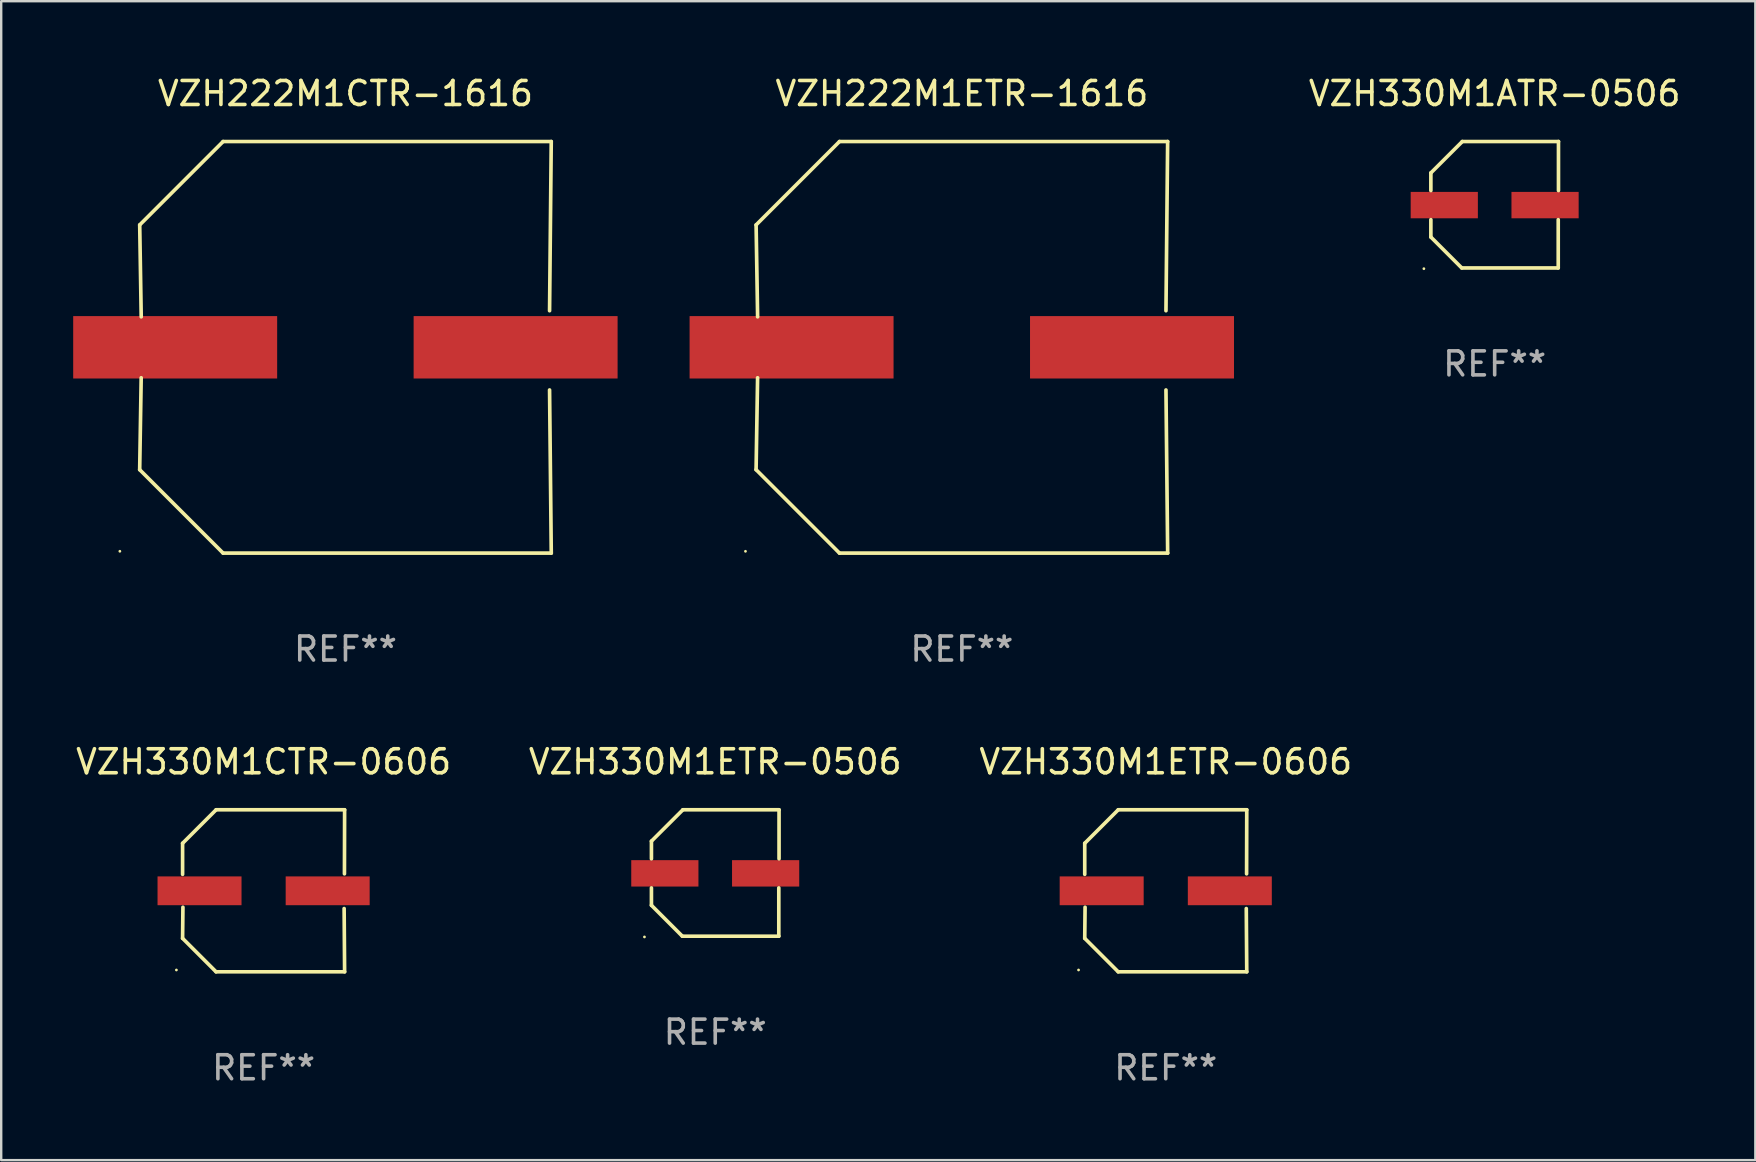
<source format=kicad_pcb>
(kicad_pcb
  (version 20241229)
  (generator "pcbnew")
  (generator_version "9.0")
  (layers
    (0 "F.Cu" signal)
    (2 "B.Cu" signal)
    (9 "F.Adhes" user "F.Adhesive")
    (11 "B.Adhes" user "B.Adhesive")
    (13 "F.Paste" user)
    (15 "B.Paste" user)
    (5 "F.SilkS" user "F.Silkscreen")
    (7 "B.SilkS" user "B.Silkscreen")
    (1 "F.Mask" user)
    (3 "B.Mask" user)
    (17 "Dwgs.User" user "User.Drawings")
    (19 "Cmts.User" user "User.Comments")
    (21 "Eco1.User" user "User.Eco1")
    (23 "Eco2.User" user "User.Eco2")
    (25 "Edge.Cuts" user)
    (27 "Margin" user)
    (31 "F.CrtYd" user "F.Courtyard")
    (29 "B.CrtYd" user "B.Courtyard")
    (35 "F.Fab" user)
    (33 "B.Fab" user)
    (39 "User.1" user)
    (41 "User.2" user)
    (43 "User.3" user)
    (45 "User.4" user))
  (footprint "VZH222M1CTR-1616"
    (layer "F.Cu")
    (at 11.347 11.424)
    (property "Reference" "VZH222M1CTR-1616" (at 0 -10.576 0) (layer "F.SilkS") (effects (font (size 1 1) (thickness 0.15))))
    (attr through_hole)
    (fp_line (start -8.576 5.099) (end -8.513 1.269) (stroke (width 0.152) (type solid)) (layer "F.SilkS"))
    (fp_line (start -8.575 -5.101) (end -8.512 -1.271) (stroke (width 0.152) (type solid)) (layer "F.SilkS"))
    (fp_line (start -5.1 -8.576) (end -8.575 -5.101) (stroke (width 0.152) (type solid)) (layer "F.SilkS"))
    (fp_line (start -5.1 8.576) (end -8.576 5.099) (stroke (width 0.152) (type solid)) (layer "F.SilkS"))
    (fp_line (start 8.505 -1.525) (end 8.575 -8.576) (stroke (width 0.152) (type solid)) (layer "F.SilkS"))
    (fp_line (start 8.505 1.777) (end 8.576 8.576) (stroke (width 0.152) (type solid)) (layer "F.SilkS"))
    (fp_line (start 8.575 -8.576) (end -5.1 -8.576) (stroke (width 0.152) (type solid)) (layer "F.SilkS"))
    (fp_line (start 8.576 8.576) (end -5.1 8.576) (stroke (width 0.152) (type solid)) (layer "F.SilkS"))
    (fp_circle (center -9.402 8.499) (end -9.372 8.499) (stroke (width 0.06) (type solid)) (fill no) (layer "F.SilkS"))
    (fp_text user "REF**" (at 0 12.576 0) (layer "F.Fab") (effects (font (size 1 1) (thickness 0.15))))
    (pad "1" smd rect (at -7.097 -0.001) (size 8.5 2.6) (layers "F.Cu" "F.Mask" "F.Paste"))
    (pad "2" smd rect (at 7.09 -0.001) (size 8.5 2.6) (layers "F.Cu" "F.Mask" "F.Paste")))
  (footprint "VZH330M1ETR-0506"
    (layer "F.Cu")
    (at 26.756 33.33)
    (property "Reference" "VZH330M1ETR-0506" (at 0 -4.634 0) (layer "F.SilkS") (effects (font (size 1 1) (thickness 0.15))))
    (attr through_hole)
    (fp_line (start -2.659 -1.326) (end -2.659 -0.592) (stroke (width 0.152) (type solid)) (layer "F.SilkS"))
    (fp_line (start -2.659 1.346) (end -2.659 0.622) (stroke (width 0.152) (type solid)) (layer "F.SilkS"))
    (fp_line (start -1.372 2.634) (end -2.659 1.346) (stroke (width 0.152) (type solid)) (layer "F.SilkS"))
    (fp_line (start -1.349 -2.634) (end -2.659 -1.326) (stroke (width 0.152) (type solid)) (layer "F.SilkS"))
    (fp_line (start 2.649 0.622) (end 2.649 2.634) (stroke (width 0.152) (type solid)) (layer "F.SilkS"))
    (fp_line (start 2.649 2.634) (end -1.372 2.634) (stroke (width 0.152) (type solid)) (layer "F.SilkS"))
    (fp_line (start 2.659 -2.634) (end -1.349 -2.634) (stroke (width 0.152) (type solid)) (layer "F.SilkS"))
    (fp_line (start 2.659 -0.592) (end 2.659 -2.634) (stroke (width 0.152) (type solid)) (layer "F.SilkS"))
    (fp_circle (center -2.95 2.665) (end -2.92 2.665) (stroke (width 0.06) (type solid)) (fill no) (layer "F.SilkS"))
    (fp_text user "REF**" (at 0 6.634 0) (layer "F.Fab") (effects (font (size 1 1) (thickness 0.15))))
    (pad "1" smd rect (at -2.1 0.015) (size 2.8 1.1) (layers "F.Cu" "F.Mask" "F.Paste"))
    (pad "2" smd rect (at 2.1 0.015) (size 2.8 1.1) (layers "F.Cu" "F.Mask" "F.Paste")))
  (footprint "VZH222M1ETR-1616"
    (layer "F.Cu")
    (at 37.034 11.424)
    (property "Reference" "VZH222M1ETR-1616" (at 0 -10.576 0) (layer "F.SilkS") (effects (font (size 1 1) (thickness 0.15))))
    (attr through_hole)
    (fp_line (start -8.576 5.099) (end -8.513 1.269) (stroke (width 0.152) (type solid)) (layer "F.SilkS"))
    (fp_line (start -8.575 -5.101) (end -8.512 -1.271) (stroke (width 0.152) (type solid)) (layer "F.SilkS"))
    (fp_line (start -5.1 -8.576) (end -8.575 -5.101) (stroke (width 0.152) (type solid)) (layer "F.SilkS"))
    (fp_line (start -5.1 8.576) (end -8.576 5.099) (stroke (width 0.152) (type solid)) (layer "F.SilkS"))
    (fp_line (start 8.505 -1.525) (end 8.575 -8.576) (stroke (width 0.152) (type solid)) (layer "F.SilkS"))
    (fp_line (start 8.505 1.777) (end 8.576 8.576) (stroke (width 0.152) (type solid)) (layer "F.SilkS"))
    (fp_line (start 8.575 -8.576) (end -5.1 -8.576) (stroke (width 0.152) (type solid)) (layer "F.SilkS"))
    (fp_line (start 8.576 8.576) (end -5.1 8.576) (stroke (width 0.152) (type solid)) (layer "F.SilkS"))
    (fp_circle (center -9.018 8.5) (end -8.988 8.5) (stroke (width 0.06) (type solid)) (fill no) (layer "F.SilkS"))
    (fp_text user "REF**" (at 0 12.576 0) (layer "F.Fab") (effects (font (size 1 1) (thickness 0.15))))
    (pad "1" smd rect (at -7.097 -0.001) (size 8.5 2.6) (layers "F.Cu" "F.Mask" "F.Paste"))
    (pad "2" smd rect (at 7.09 -0.001) (size 8.5 2.6) (layers "F.Cu" "F.Mask" "F.Paste")))
  (footprint "VZH330M1ATR-0506"
    (layer "F.Cu")
    (at 59.237 5.482)
    (property "Reference" "VZH330M1ATR-0506" (at 0 -4.634 0) (layer "F.SilkS") (effects (font (size 1 1) (thickness 0.15))))
    (attr through_hole)
    (fp_line (start -2.659 -1.326) (end -2.659 -0.592) (stroke (width 0.152) (type solid)) (layer "F.SilkS"))
    (fp_line (start -2.659 1.346) (end -2.659 0.622) (stroke (width 0.152) (type solid)) (layer "F.SilkS"))
    (fp_line (start -1.372 2.634) (end -2.659 1.346) (stroke (width 0.152) (type solid)) (layer "F.SilkS"))
    (fp_line (start -1.349 -2.634) (end -2.659 -1.326) (stroke (width 0.152) (type solid)) (layer "F.SilkS"))
    (fp_line (start 2.649 0.622) (end 2.649 2.634) (stroke (width 0.152) (type solid)) (layer "F.SilkS"))
    (fp_line (start 2.649 2.634) (end -1.372 2.634) (stroke (width 0.152) (type solid)) (layer "F.SilkS"))
    (fp_line (start 2.659 -2.634) (end -1.349 -2.634) (stroke (width 0.152) (type solid)) (layer "F.SilkS"))
    (fp_line (start 2.659 -0.592) (end 2.659 -2.634) (stroke (width 0.152) (type solid)) (layer "F.SilkS"))
    (fp_circle (center -2.95 2.665) (end -2.92 2.665) (stroke (width 0.06) (type solid)) (fill no) (layer "F.SilkS"))
    (fp_text user "REF**" (at 0 6.634 0) (layer "F.Fab") (effects (font (size 1 1) (thickness 0.15))))
    (pad "1" smd rect (at -2.1 0.015) (size 2.8 1.1) (layers "F.Cu" "F.Mask" "F.Paste"))
    (pad "2" smd rect (at 2.1 0.015) (size 2.8 1.1) (layers "F.Cu" "F.Mask" "F.Paste")))
  (footprint "VZH330M1ETR-0606"
    (layer "F.Cu")
    (at 45.53 34.072)
    (property "Reference" "VZH330M1ETR-0606" (at 0 -5.376 0) (layer "F.SilkS") (effects (font (size 1 1) (thickness 0.15))))
    (attr through_hole)
    (fp_line (start -3.376 -1.98) (end -3.376 -0.686) (stroke (width 0.152) (type solid)) (layer "F.SilkS"))
    (fp_line (start -3.376 1.981) (end -3.362 0.686) (stroke (width 0.152) (type solid)) (layer "F.SilkS"))
    (fp_line (start -1.981 3.376) (end -3.376 1.981) (stroke (width 0.152) (type solid)) (layer "F.SilkS"))
    (fp_line (start -1.98 -3.376) (end -3.376 -1.98) (stroke (width 0.152) (type solid)) (layer "F.SilkS"))
    (fp_line (start 3.356 0.74) (end 3.376 3.376) (stroke (width 0.152) (type solid)) (layer "F.SilkS"))
    (fp_line (start 3.369 -0.707) (end 3.376 -3.376) (stroke (width 0.152) (type solid)) (layer "F.SilkS"))
    (fp_line (start 3.376 3.376) (end -1.981 3.376) (stroke (width 0.152) (type solid)) (layer "F.SilkS"))
    (fp_line (start 3.376 -3.376) (end -1.98 -3.376) (stroke (width 0.152) (type solid)) (layer "F.SilkS"))
    (fp_circle (center -3.634 3.3) (end -3.604 3.3) (stroke (width 0.06) (type solid)) (fill no) (layer "F.SilkS"))
    (fp_text user "REF**" (at 0 7.376 0) (layer "F.Fab") (effects (font (size 1 1) (thickness 0.15))))
    (pad "1" smd rect (at -2.67 0.000254) (size 3.5 1.2) (layers "F.Cu" "F.Mask" "F.Paste"))
    (pad "2" smd rect (at 2.67 0.000254) (size 3.5 1.2) (layers "F.Cu" "F.Mask" "F.Paste")))
  (footprint "VZH330M1CTR-0606"
    (layer "F.Cu")
    (at 7.935 34.072)
    (property "Reference" "VZH330M1CTR-0606" (at 0 -5.376 0) (layer "F.SilkS") (effects (font (size 1 1) (thickness 0.15))))
    (attr through_hole)
    (fp_line (start -3.376 -1.98) (end -3.376 -0.686) (stroke (width 0.152) (type solid)) (layer "F.SilkS"))
    (fp_line (start -3.376 1.981) (end -3.362 0.686) (stroke (width 0.152) (type solid)) (layer "F.SilkS"))
    (fp_line (start -1.981 3.376) (end -3.376 1.981) (stroke (width 0.152) (type solid)) (layer "F.SilkS"))
    (fp_line (start -1.98 -3.376) (end -3.376 -1.98) (stroke (width 0.152) (type solid)) (layer "F.SilkS"))
    (fp_line (start 3.356 0.74) (end 3.376 3.376) (stroke (width 0.152) (type solid)) (layer "F.SilkS"))
    (fp_line (start 3.369 -0.707) (end 3.376 -3.376) (stroke (width 0.152) (type solid)) (layer "F.SilkS"))
    (fp_line (start 3.376 3.376) (end -1.981 3.376) (stroke (width 0.152) (type solid)) (layer "F.SilkS"))
    (fp_line (start 3.376 -3.376) (end -1.98 -3.376) (stroke (width 0.152) (type solid)) (layer "F.SilkS"))
    (fp_circle (center -3.634 3.3) (end -3.604 3.3) (stroke (width 0.06) (type solid)) (fill no) (layer "F.SilkS"))
    (fp_text user "REF**" (at 0 7.376 0) (layer "F.Fab") (effects (font (size 1 1) (thickness 0.15))))
    (pad "1" smd rect (at -2.67 0.000254) (size 3.5 1.2) (layers "F.Cu" "F.Mask" "F.Paste"))
    (pad "2" smd rect (at 2.67 0.000254) (size 3.5 1.2) (layers "F.Cu" "F.Mask" "F.Paste")))
  (gr_rect
    (start -3 -3)
    (end 70.1 45.296)
    (stroke (width 0.1) (type default))
    (fill no)
    (layer "Edge.Cuts")))
</source>
